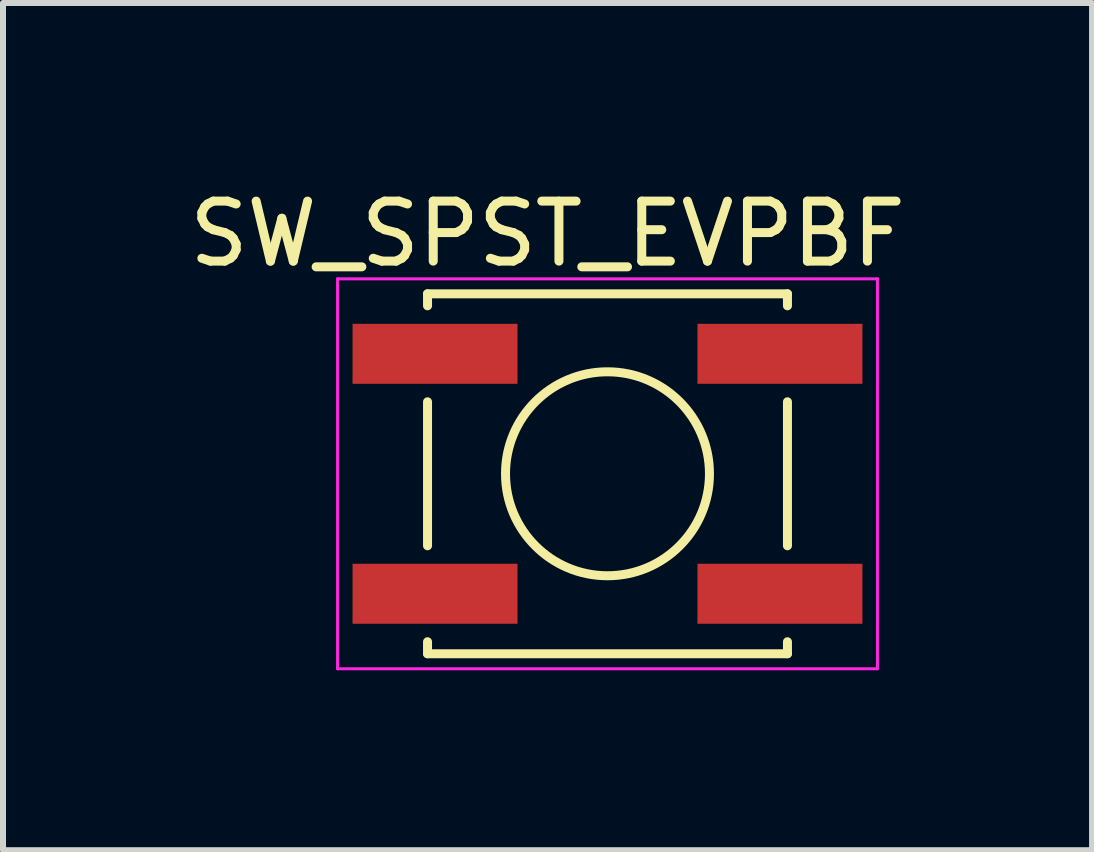
<source format=kicad_pcb>
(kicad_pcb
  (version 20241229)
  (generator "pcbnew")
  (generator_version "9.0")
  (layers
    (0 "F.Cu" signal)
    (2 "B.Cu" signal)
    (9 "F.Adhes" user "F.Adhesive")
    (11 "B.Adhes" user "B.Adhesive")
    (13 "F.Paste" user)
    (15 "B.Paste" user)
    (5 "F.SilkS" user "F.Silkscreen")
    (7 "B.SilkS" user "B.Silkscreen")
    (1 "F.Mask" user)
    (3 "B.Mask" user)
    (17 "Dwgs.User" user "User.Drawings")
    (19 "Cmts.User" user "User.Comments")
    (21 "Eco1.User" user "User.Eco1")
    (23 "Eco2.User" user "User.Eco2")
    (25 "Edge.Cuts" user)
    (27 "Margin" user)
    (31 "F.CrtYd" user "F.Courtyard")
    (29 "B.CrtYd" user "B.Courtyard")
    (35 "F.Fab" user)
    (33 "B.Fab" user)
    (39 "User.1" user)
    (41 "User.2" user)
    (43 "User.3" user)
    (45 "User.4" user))
  (footprint "SW_SPST_EVPBF"
    (layer "F.Cu")
    (at 7.077 4.848)
    (property "Reference" "SW_SPST_EVPBF" (at -1 -4 0) (layer "F.SilkS") (effects (font (size 1 1) (thickness 0.15))))
    (attr smd)
    (fp_line (start -3 -3) (end -3 -2.8) (stroke (width 0.15) (type solid)) (layer "F.SilkS"))
    (fp_line (start -3 -1.2) (end -3 1.2) (stroke (width 0.15) (type solid)) (layer "F.SilkS"))
    (fp_line (start -3 3) (end -3 2.8) (stroke (width 0.15) (type solid)) (layer "F.SilkS"))
    (fp_line (start -3 3) (end 3 3) (stroke (width 0.15) (type solid)) (layer "F.SilkS"))
    (fp_line (start 3 -3) (end -3 -3) (stroke (width 0.15) (type solid)) (layer "F.SilkS"))
    (fp_line (start 3 -3) (end 3 -2.8) (stroke (width 0.15) (type solid)) (layer "F.SilkS"))
    (fp_line (start 3 -1.2) (end 3 1.2) (stroke (width 0.15) (type solid)) (layer "F.SilkS"))
    (fp_line (start 3 3) (end 3 2.8) (stroke (width 0.15) (type solid)) (layer "F.SilkS"))
    (fp_circle (center 0 0) (end 1.7 0) (stroke (width 0.15) (type solid)) (fill no) (layer "F.SilkS"))
    (fp_line (start -4.5 -3.25) (end 4.5 -3.25) (stroke (width 0.05) (type solid)) (layer "F.CrtYd"))
    (fp_line (start -4.5 3.25) (end -4.5 -3.25) (stroke (width 0.05) (type solid)) (layer "F.CrtYd"))
    (fp_line (start 4.5 -3.25) (end 4.5 3.25) (stroke (width 0.05) (type solid)) (layer "F.CrtYd"))
    (fp_line (start 4.5 3.25) (end -4.5 3.25) (stroke (width 0.05) (type solid)) (layer "F.CrtYd"))
    (pad "1" smd rect (at -2.875 -2) (size 2.75 1) (layers "F.Cu" "F.Mask" "F.Paste"))
    (pad "1" smd rect (at 2.875 -2) (size 2.75 1) (layers "F.Cu" "F.Mask" "F.Paste"))
    (pad "2" smd rect (at -2.875 2) (size 2.75 1) (layers "F.Cu" "F.Mask" "F.Paste"))
    (pad "2" smd rect (at 2.875 2) (size 2.75 1) (layers "F.Cu" "F.Mask" "F.Paste")))
  (gr_rect
    (start -3 -3)
    (end 15.155 11.123)
    (stroke (width 0.1) (type default))
    (fill no)
    (layer "Edge.Cuts")))
</source>
